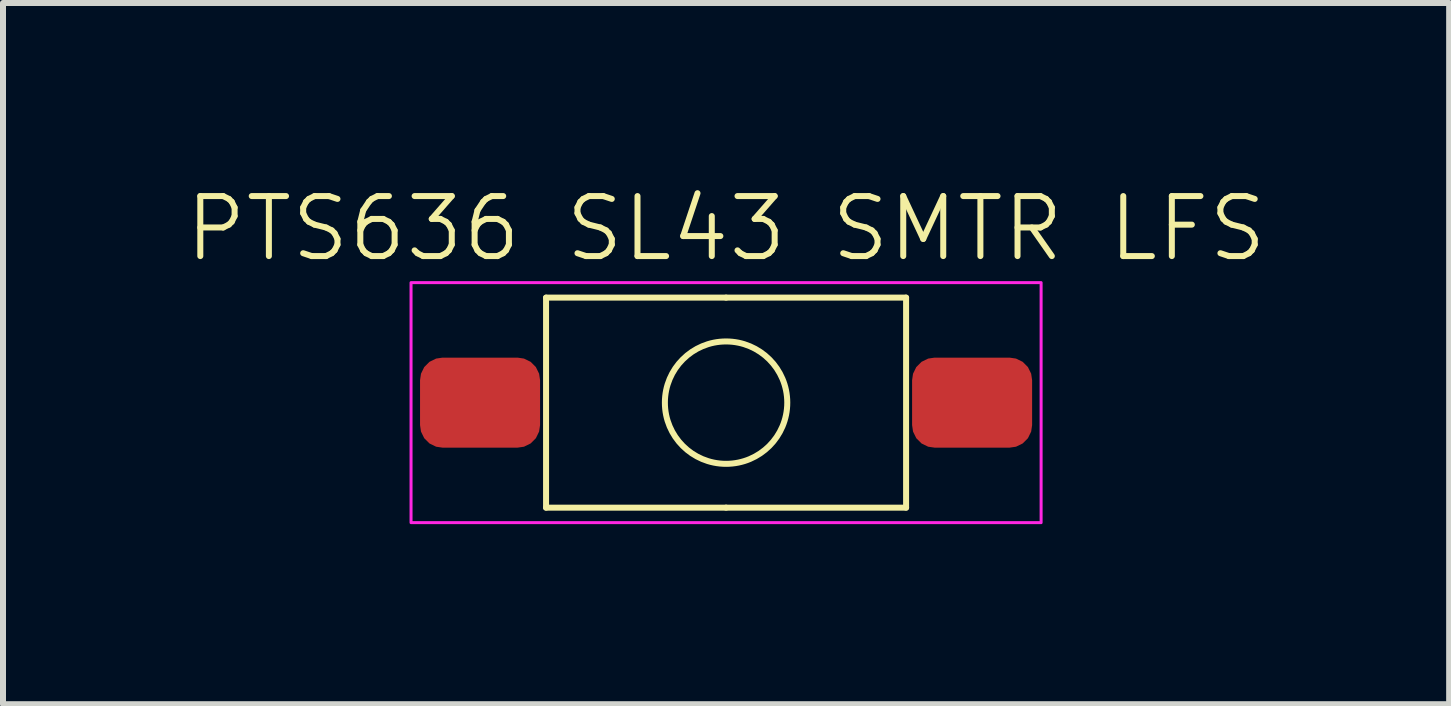
<source format=kicad_pcb>
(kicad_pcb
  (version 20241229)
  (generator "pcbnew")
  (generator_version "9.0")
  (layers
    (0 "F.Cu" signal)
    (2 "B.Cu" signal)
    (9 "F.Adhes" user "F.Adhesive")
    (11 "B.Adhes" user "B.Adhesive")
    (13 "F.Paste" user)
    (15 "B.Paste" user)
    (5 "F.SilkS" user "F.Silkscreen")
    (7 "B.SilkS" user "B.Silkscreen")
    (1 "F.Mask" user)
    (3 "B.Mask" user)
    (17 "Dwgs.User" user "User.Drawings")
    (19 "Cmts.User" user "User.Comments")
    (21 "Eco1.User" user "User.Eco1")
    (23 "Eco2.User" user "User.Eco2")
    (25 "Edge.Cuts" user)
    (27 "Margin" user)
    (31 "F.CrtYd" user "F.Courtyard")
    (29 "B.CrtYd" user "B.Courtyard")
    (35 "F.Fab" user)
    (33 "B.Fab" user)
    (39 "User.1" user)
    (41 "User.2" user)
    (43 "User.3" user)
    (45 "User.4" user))
  (footprint "PTS636 SL43 SMTR LFS"
    (layer "F.Cu")
    (at 9.05 3.66)
    (property "Reference" "PTS636 SL43 SMTR LFS" (at 0 -2.9 0) (unlocked yes) (layer "F.SilkS") (effects (font (size 1 1) (thickness 0.1))))
    (attr smd)
    (fp_line (start -3 -1.75) (end 0 -1.75) (stroke (width 0.1) (type default)) (layer "F.SilkS"))
    (fp_line (start -3 1.75) (end -3 -1.75) (stroke (width 0.1) (type default)) (layer "F.SilkS"))
    (fp_line (start 0 -1.75) (end 3 -1.75) (stroke (width 0.1) (type default)) (layer "F.SilkS"))
    (fp_line (start 0 1.75) (end -3 1.75) (stroke (width 0.1) (type default)) (layer "F.SilkS"))
    (fp_line (start 3 -1.75) (end 3 1.75) (stroke (width 0.1) (type default)) (layer "F.SilkS"))
    (fp_line (start 3 1.75) (end 0 1.75) (stroke (width 0.1) (type default)) (layer "F.SilkS"))
    (fp_circle (center 0 0) (end 1 -0.2) (stroke (width 0.1) (type default)) (fill no) (layer "F.SilkS"))
    (fp_rect (start -5.25 -2) (end 5.25 2) (stroke (width 0.05) (type default)) (fill no) (layer "F.CrtYd"))
    (pad "1" smd roundrect (at -4.1 0) (size 2 1.5) (layers "F.Cu" "F.Mask" "F.Paste") (roundrect_rratio 0.25))
    (pad "2" smd roundrect (at 4.1 0) (size 2 1.5) (layers "F.Cu" "F.Mask" "F.Paste") (roundrect_rratio 0.25)))
  (gr_rect
    (start -3 -3)
    (end 21.1 8.685)
    (stroke (width 0.1) (type default))
    (fill no)
    (layer "Edge.Cuts")))
</source>
